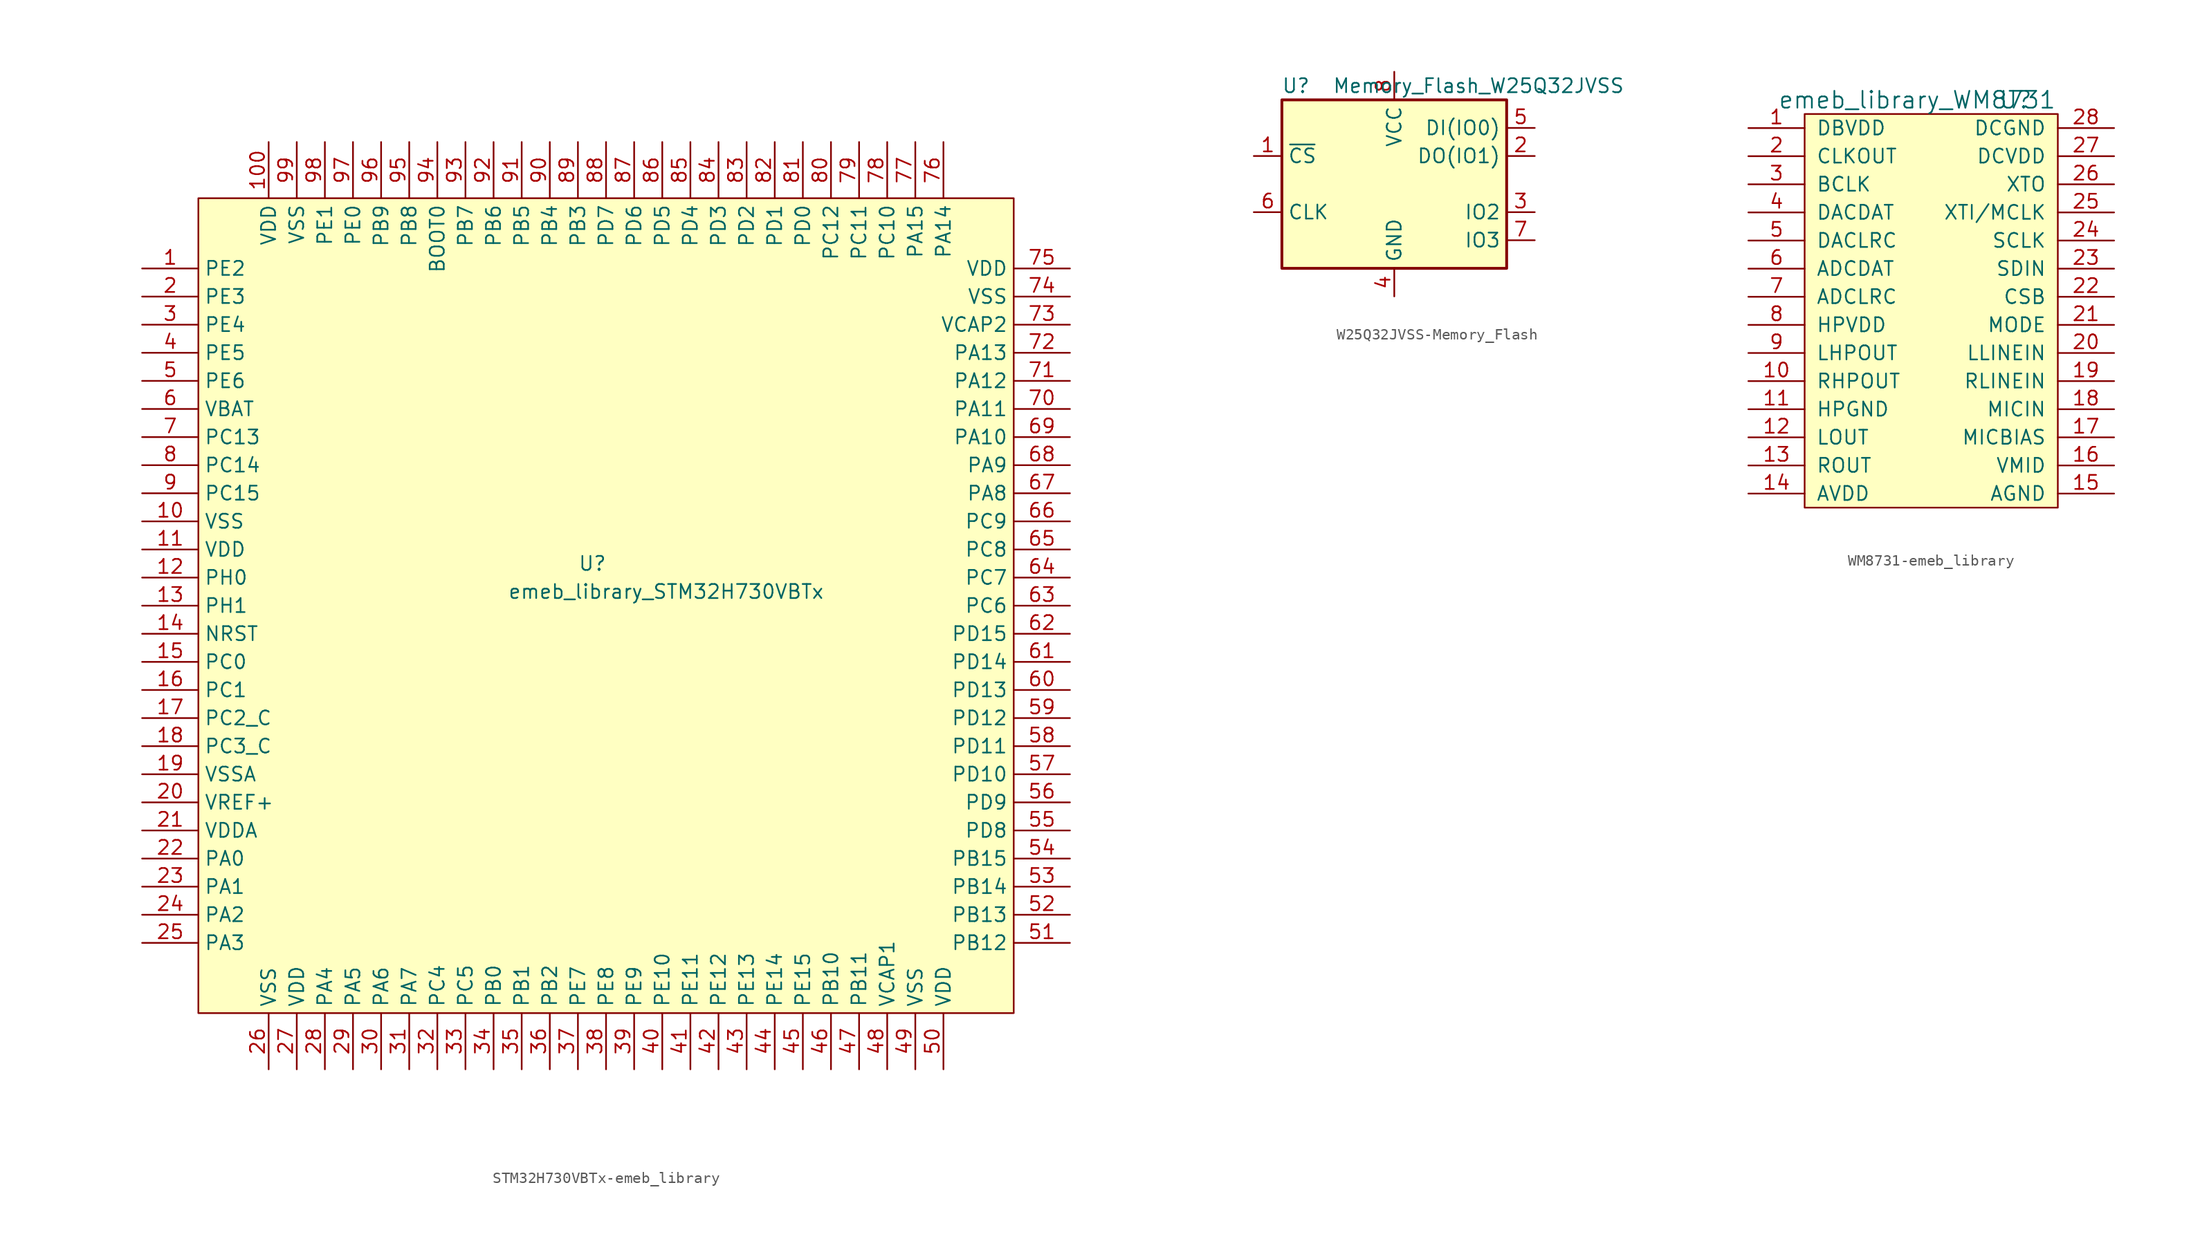
<source format=kicad_sym>
(kicad_symbol_lib
  (version 20231120)
  (generator "kicad_symbol_editor")
  (generator_version "8.0")
  (symbol "STM32H730VBTx-emeb_library"
    (property "Reference" "U"
      (at -2.54 3.81 0)
      (effects (font (size 1.27 1.27)) (justify left)))
    (property "Value" "emeb_library_STM32H730VBTx"
      (at -8.89 1.27 0)
      (effects (font (size 1.27 1.27)) (justify left)))
    (symbol "STM32H730VBTx-emeb_library_0_1"
      (rectangle (start -36.83 36.83) (end 36.83 -36.83) (stroke (width 0) (type solid)) (fill (type background))))
    (symbol "STM32H730VBTx-emeb_library_1_1"
      (pin bidirectional line (at -41.91 30.48 0) (length 5.08) (name "PE2" (effects (font (size 1.27 1.27)))) (number "1" (effects (font (size 1.27 1.27)))))
      (pin power_in line (at -41.91 7.62 0) (length 5.08) (name "VSS" (effects (font (size 1.27 1.27)))) (number "10" (effects (font (size 1.27 1.27)))))
      (pin power_in line (at -30.48 41.91 270) (length 5.08) (name "VDD" (effects (font (size 1.27 1.27)))) (number "100" (effects (font (size 1.27 1.27)))))
      (pin power_in line (at -41.91 5.08 0) (length 5.08) (name "VDD" (effects (font (size 1.27 1.27)))) (number "11" (effects (font (size 1.27 1.27)))))
      (pin input line (at -41.91 2.54 0) (length 5.08) (name "PH0" (effects (font (size 1.27 1.27)))) (number "12" (effects (font (size 1.27 1.27)))))
      (pin input line (at -41.91 0 0) (length 5.08) (name "PH1" (effects (font (size 1.27 1.27)))) (number "13" (effects (font (size 1.27 1.27)))))
      (pin input line (at -41.91 -2.54 0) (length 5.08) (name "NRST" (effects (font (size 1.27 1.27)))) (number "14" (effects (font (size 1.27 1.27)))))
      (pin bidirectional line (at -41.91 -5.08 0) (length 5.08) (name "PC0" (effects (font (size 1.27 1.27)))) (number "15" (effects (font (size 1.27 1.27)))))
      (pin bidirectional line (at -41.91 -7.62 0) (length 5.08) (name "PC1" (effects (font (size 1.27 1.27)))) (number "16" (effects (font (size 1.27 1.27)))))
      (pin bidirectional line (at -41.91 -10.16 0) (length 5.08) (name "PC2_C" (effects (font (size 1.27 1.27)))) (number "17" (effects (font (size 1.27 1.27)))))
      (pin bidirectional line (at -41.91 -12.7 0) (length 5.08) (name "PC3_C" (effects (font (size 1.27 1.27)))) (number "18" (effects (font (size 1.27 1.27)))))
      (pin power_in line (at -41.91 -15.24 0) (length 5.08) (name "VSSA" (effects (font (size 1.27 1.27)))) (number "19" (effects (font (size 1.27 1.27)))))
      (pin bidirectional line (at -41.91 27.94 0) (length 5.08) (name "PE3" (effects (font (size 1.27 1.27)))) (number "2" (effects (font (size 1.27 1.27)))))
      (pin input line (at -41.91 -17.78 0) (length 5.08) (name "VREF+" (effects (font (size 1.27 1.27)))) (number "20" (effects (font (size 1.27 1.27)))))
      (pin power_in line (at -41.91 -20.32 0) (length 5.08) (name "VDDA" (effects (font (size 1.27 1.27)))) (number "21" (effects (font (size 1.27 1.27)))))
      (pin bidirectional line (at -41.91 -22.86 0) (length 5.08) (name "PA0" (effects (font (size 1.27 1.27)))) (number "22" (effects (font (size 1.27 1.27)))))
      (pin bidirectional line (at -41.91 -25.4 0) (length 5.08) (name "PA1" (effects (font (size 1.27 1.27)))) (number "23" (effects (font (size 1.27 1.27)))))
      (pin bidirectional line (at -41.91 -27.94 0) (length 5.08) (name "PA2" (effects (font (size 1.27 1.27)))) (number "24" (effects (font (size 1.27 1.27)))))
      (pin bidirectional line (at -41.91 -30.48 0) (length 5.08) (name "PA3" (effects (font (size 1.27 1.27)))) (number "25" (effects (font (size 1.27 1.27)))))
      (pin power_in line (at -30.48 -41.91 90) (length 5.08) (name "VSS" (effects (font (size 1.27 1.27)))) (number "26" (effects (font (size 1.27 1.27)))))
      (pin power_in line (at -27.94 -41.91 90) (length 5.08) (name "VDD" (effects (font (size 1.27 1.27)))) (number "27" (effects (font (size 1.27 1.27)))))
      (pin bidirectional line (at -25.4 -41.91 90) (length 5.08) (name "PA4" (effects (font (size 1.27 1.27)))) (number "28" (effects (font (size 1.27 1.27)))))
      (pin bidirectional line (at -22.86 -41.91 90) (length 5.08) (name "PA5" (effects (font (size 1.27 1.27)))) (number "29" (effects (font (size 1.27 1.27)))))
      (pin bidirectional line (at -41.91 25.4 0) (length 5.08) (name "PE4" (effects (font (size 1.27 1.27)))) (number "3" (effects (font (size 1.27 1.27)))))
      (pin bidirectional line (at -20.32 -41.91 90) (length 5.08) (name "PA6" (effects (font (size 1.27 1.27)))) (number "30" (effects (font (size 1.27 1.27)))))
      (pin bidirectional line (at -17.78 -41.91 90) (length 5.08) (name "PA7" (effects (font (size 1.27 1.27)))) (number "31" (effects (font (size 1.27 1.27)))))
      (pin bidirectional line (at -15.24 -41.91 90) (length 5.08) (name "PC4" (effects (font (size 1.27 1.27)))) (number "32" (effects (font (size 1.27 1.27)))))
      (pin bidirectional line (at -12.7 -41.91 90) (length 5.08) (name "PC5" (effects (font (size 1.27 1.27)))) (number "33" (effects (font (size 1.27 1.27)))))
      (pin bidirectional line (at -10.16 -41.91 90) (length 5.08) (name "PB0" (effects (font (size 1.27 1.27)))) (number "34" (effects (font (size 1.27 1.27)))))
      (pin bidirectional line (at -7.62 -41.91 90) (length 5.08) (name "PB1" (effects (font (size 1.27 1.27)))) (number "35" (effects (font (size 1.27 1.27)))))
      (pin bidirectional line (at -5.08 -41.91 90) (length 5.08) (name "PB2" (effects (font (size 1.27 1.27)))) (number "36" (effects (font (size 1.27 1.27)))))
      (pin bidirectional line (at -2.54 -41.91 90) (length 5.08) (name "PE7" (effects (font (size 1.27 1.27)))) (number "37" (effects (font (size 1.27 1.27)))))
      (pin bidirectional line (at 0 -41.91 90) (length 5.08) (name "PE8" (effects (font (size 1.27 1.27)))) (number "38" (effects (font (size 1.27 1.27)))))
      (pin bidirectional line (at 2.54 -41.91 90) (length 5.08) (name "PE9" (effects (font (size 1.27 1.27)))) (number "39" (effects (font (size 1.27 1.27)))))
      (pin bidirectional line (at -41.91 22.86 0) (length 5.08) (name "PE5" (effects (font (size 1.27 1.27)))) (number "4" (effects (font (size 1.27 1.27)))))
      (pin bidirectional line (at 5.08 -41.91 90) (length 5.08) (name "PE10" (effects (font (size 1.27 1.27)))) (number "40" (effects (font (size 1.27 1.27)))))
      (pin bidirectional line (at 7.62 -41.91 90) (length 5.08) (name "PE11" (effects (font (size 1.27 1.27)))) (number "41" (effects (font (size 1.27 1.27)))))
      (pin bidirectional line (at 10.16 -41.91 90) (length 5.08) (name "PE12" (effects (font (size 1.27 1.27)))) (number "42" (effects (font (size 1.27 1.27)))))
      (pin bidirectional line (at 12.7 -41.91 90) (length 5.08) (name "PE13" (effects (font (size 1.27 1.27)))) (number "43" (effects (font (size 1.27 1.27)))))
      (pin bidirectional line (at 15.24 -41.91 90) (length 5.08) (name "PE14" (effects (font (size 1.27 1.27)))) (number "44" (effects (font (size 1.27 1.27)))))
      (pin bidirectional line (at 17.78 -41.91 90) (length 5.08) (name "PE15" (effects (font (size 1.27 1.27)))) (number "45" (effects (font (size 1.27 1.27)))))
      (pin bidirectional line (at 20.32 -41.91 90) (length 5.08) (name "PB10" (effects (font (size 1.27 1.27)))) (number "46" (effects (font (size 1.27 1.27)))))
      (pin bidirectional line (at 22.86 -41.91 90) (length 5.08) (name "PB11" (effects (font (size 1.27 1.27)))) (number "47" (effects (font (size 1.27 1.27)))))
      (pin passive line (at 25.4 -41.91 90) (length 5.08) (name "VCAP1" (effects (font (size 1.27 1.27)))) (number "48" (effects (font (size 1.27 1.27)))))
      (pin power_in line (at 27.94 -41.91 90) (length 5.08) (name "VSS" (effects (font (size 1.27 1.27)))) (number "49" (effects (font (size 1.27 1.27)))))
      (pin bidirectional line (at -41.91 20.32 0) (length 5.08) (name "PE6" (effects (font (size 1.27 1.27)))) (number "5" (effects (font (size 1.27 1.27)))))
      (pin power_in line (at 30.48 -41.91 90) (length 5.08) (name "VDD" (effects (font (size 1.27 1.27)))) (number "50" (effects (font (size 1.27 1.27)))))
      (pin bidirectional line (at 41.91 -30.48 180) (length 5.08) (name "PB12" (effects (font (size 1.27 1.27)))) (number "51" (effects (font (size 1.27 1.27)))))
      (pin bidirectional line (at 41.91 -27.94 180) (length 5.08) (name "PB13" (effects (font (size 1.27 1.27)))) (number "52" (effects (font (size 1.27 1.27)))))
      (pin bidirectional line (at 41.91 -25.4 180) (length 5.08) (name "PB14" (effects (font (size 1.27 1.27)))) (number "53" (effects (font (size 1.27 1.27)))))
      (pin bidirectional line (at 41.91 -22.86 180) (length 5.08) (name "PB15" (effects (font (size 1.27 1.27)))) (number "54" (effects (font (size 1.27 1.27)))))
      (pin bidirectional line (at 41.91 -20.32 180) (length 5.08) (name "PD8" (effects (font (size 1.27 1.27)))) (number "55" (effects (font (size 1.27 1.27)))))
      (pin bidirectional line (at 41.91 -17.78 180) (length 5.08) (name "PD9" (effects (font (size 1.27 1.27)))) (number "56" (effects (font (size 1.27 1.27)))))
      (pin bidirectional line (at 41.91 -15.24 180) (length 5.08) (name "PD10" (effects (font (size 1.27 1.27)))) (number "57" (effects (font (size 1.27 1.27)))))
      (pin bidirectional line (at 41.91 -12.7 180) (length 5.08) (name "PD11" (effects (font (size 1.27 1.27)))) (number "58" (effects (font (size 1.27 1.27)))))
      (pin bidirectional line (at 41.91 -10.16 180) (length 5.08) (name "PD12" (effects (font (size 1.27 1.27)))) (number "59" (effects (font (size 1.27 1.27)))))
      (pin power_in line (at -41.91 17.78 0) (length 5.08) (name "VBAT" (effects (font (size 1.27 1.27)))) (number "6" (effects (font (size 1.27 1.27)))))
      (pin bidirectional line (at 41.91 -7.62 180) (length 5.08) (name "PD13" (effects (font (size 1.27 1.27)))) (number "60" (effects (font (size 1.27 1.27)))))
      (pin bidirectional line (at 41.91 -5.08 180) (length 5.08) (name "PD14" (effects (font (size 1.27 1.27)))) (number "61" (effects (font (size 1.27 1.27)))))
      (pin bidirectional line (at 41.91 -2.54 180) (length 5.08) (name "PD15" (effects (font (size 1.27 1.27)))) (number "62" (effects (font (size 1.27 1.27)))))
      (pin bidirectional line (at 41.91 0 180) (length 5.08) (name "PC6" (effects (font (size 1.27 1.27)))) (number "63" (effects (font (size 1.27 1.27)))))
      (pin bidirectional line (at 41.91 2.54 180) (length 5.08) (name "PC7" (effects (font (size 1.27 1.27)))) (number "64" (effects (font (size 1.27 1.27)))))
      (pin bidirectional line (at 41.91 5.08 180) (length 5.08) (name "PC8" (effects (font (size 1.27 1.27)))) (number "65" (effects (font (size 1.27 1.27)))))
      (pin bidirectional line (at 41.91 7.62 180) (length 5.08) (name "PC9" (effects (font (size 1.27 1.27)))) (number "66" (effects (font (size 1.27 1.27)))))
      (pin bidirectional line (at 41.91 10.16 180) (length 5.08) (name "PA8" (effects (font (size 1.27 1.27)))) (number "67" (effects (font (size 1.27 1.27)))))
      (pin bidirectional line (at 41.91 12.7 180) (length 5.08) (name "PA9" (effects (font (size 1.27 1.27)))) (number "68" (effects (font (size 1.27 1.27)))))
      (pin bidirectional line (at 41.91 15.24 180) (length 5.08) (name "PA10" (effects (font (size 1.27 1.27)))) (number "69" (effects (font (size 1.27 1.27)))))
      (pin bidirectional line (at -41.91 15.24 0) (length 5.08) (name "PC13" (effects (font (size 1.27 1.27)))) (number "7" (effects (font (size 1.27 1.27)))))
      (pin bidirectional line (at 41.91 17.78 180) (length 5.08) (name "PA11" (effects (font (size 1.27 1.27)))) (number "70" (effects (font (size 1.27 1.27)))))
      (pin bidirectional line (at 41.91 20.32 180) (length 5.08) (name "PA12" (effects (font (size 1.27 1.27)))) (number "71" (effects (font (size 1.27 1.27)))))
      (pin bidirectional line (at 41.91 22.86 180) (length 5.08) (name "PA13" (effects (font (size 1.27 1.27)))) (number "72" (effects (font (size 1.27 1.27)))))
      (pin passive line (at 41.91 25.4 180) (length 5.08) (name "VCAP2" (effects (font (size 1.27 1.27)))) (number "73" (effects (font (size 1.27 1.27)))))
      (pin power_in line (at 41.91 27.94 180) (length 5.08) (name "VSS" (effects (font (size 1.27 1.27)))) (number "74" (effects (font (size 1.27 1.27)))))
      (pin power_in line (at 41.91 30.48 180) (length 5.08) (name "VDD" (effects (font (size 1.27 1.27)))) (number "75" (effects (font (size 1.27 1.27)))))
      (pin bidirectional line (at 30.48 41.91 270) (length 5.08) (name "PA14" (effects (font (size 1.27 1.27)))) (number "76" (effects (font (size 1.27 1.27)))))
      (pin bidirectional line (at 27.94 41.91 270) (length 5.08) (name "PA15" (effects (font (size 1.27 1.27)))) (number "77" (effects (font (size 1.27 1.27)))))
      (pin bidirectional line (at 25.4 41.91 270) (length 5.08) (name "PC10" (effects (font (size 1.27 1.27)))) (number "78" (effects (font (size 1.27 1.27)))))
      (pin bidirectional line (at 22.86 41.91 270) (length 5.08) (name "PC11" (effects (font (size 1.27 1.27)))) (number "79" (effects (font (size 1.27 1.27)))))
      (pin bidirectional line (at -41.91 12.7 0) (length 5.08) (name "PC14" (effects (font (size 1.27 1.27)))) (number "8" (effects (font (size 1.27 1.27)))))
      (pin bidirectional line (at 20.32 41.91 270) (length 5.08) (name "PC12" (effects (font (size 1.27 1.27)))) (number "80" (effects (font (size 1.27 1.27)))))
      (pin bidirectional line (at 17.78 41.91 270) (length 5.08) (name "PD0" (effects (font (size 1.27 1.27)))) (number "81" (effects (font (size 1.27 1.27)))))
      (pin bidirectional line (at 15.24 41.91 270) (length 5.08) (name "PD1" (effects (font (size 1.27 1.27)))) (number "82" (effects (font (size 1.27 1.27)))))
      (pin bidirectional line (at 12.7 41.91 270) (length 5.08) (name "PD2" (effects (font (size 1.27 1.27)))) (number "83" (effects (font (size 1.27 1.27)))))
      (pin bidirectional line (at 10.16 41.91 270) (length 5.08) (name "PD3" (effects (font (size 1.27 1.27)))) (number "84" (effects (font (size 1.27 1.27)))))
      (pin bidirectional line (at 7.62 41.91 270) (length 5.08) (name "PD4" (effects (font (size 1.27 1.27)))) (number "85" (effects (font (size 1.27 1.27)))))
      (pin bidirectional line (at 5.08 41.91 270) (length 5.08) (name "PD5" (effects (font (size 1.27 1.27)))) (number "86" (effects (font (size 1.27 1.27)))))
      (pin bidirectional line (at 2.54 41.91 270) (length 5.08) (name "PD6" (effects (font (size 1.27 1.27)))) (number "87" (effects (font (size 1.27 1.27)))))
      (pin bidirectional line (at 0 41.91 270) (length 5.08) (name "PD7" (effects (font (size 1.27 1.27)))) (number "88" (effects (font (size 1.27 1.27)))))
      (pin bidirectional line (at -2.54 41.91 270) (length 5.08) (name "PB3" (effects (font (size 1.27 1.27)))) (number "89" (effects (font (size 1.27 1.27)))))
      (pin bidirectional line (at -41.91 10.16 0) (length 5.08) (name "PC15" (effects (font (size 1.27 1.27)))) (number "9" (effects (font (size 1.27 1.27)))))
      (pin bidirectional line (at -5.08 41.91 270) (length 5.08) (name "PB4" (effects (font (size 1.27 1.27)))) (number "90" (effects (font (size 1.27 1.27)))))
      (pin bidirectional line (at -7.62 41.91 270) (length 5.08) (name "PB5" (effects (font (size 1.27 1.27)))) (number "91" (effects (font (size 1.27 1.27)))))
      (pin bidirectional line (at -10.16 41.91 270) (length 5.08) (name "PB6" (effects (font (size 1.27 1.27)))) (number "92" (effects (font (size 1.27 1.27)))))
      (pin bidirectional line (at -12.7 41.91 270) (length 5.08) (name "PB7" (effects (font (size 1.27 1.27)))) (number "93" (effects (font (size 1.27 1.27)))))
      (pin input line (at -15.24 41.91 270) (length 5.08) (name "BOOT0" (effects (font (size 1.27 1.27)))) (number "94" (effects (font (size 1.27 1.27)))))
      (pin bidirectional line (at -17.78 41.91 270) (length 5.08) (name "PB8" (effects (font (size 1.27 1.27)))) (number "95" (effects (font (size 1.27 1.27)))))
      (pin bidirectional line (at -20.32 41.91 270) (length 5.08) (name "PB9" (effects (font (size 1.27 1.27)))) (number "96" (effects (font (size 1.27 1.27)))))
      (pin bidirectional line (at -22.86 41.91 270) (length 5.08) (name "PE0" (effects (font (size 1.27 1.27)))) (number "97" (effects (font (size 1.27 1.27)))))
      (pin bidirectional line (at -25.4 41.91 270) (length 5.08) (name "PE1" (effects (font (size 1.27 1.27)))) (number "98" (effects (font (size 1.27 1.27)))))
      (pin power_in line (at -27.94 41.91 270) (length 5.08) (name "VSS" (effects (font (size 1.27 1.27)))) (number "99" (effects (font (size 1.27 1.27)))))))
  (symbol "W25Q32JVSS-Memory_Flash"
    (property "Reference" "U"
      (at -8.89 8.89 0)
      (effects (font (size 1.27 1.27))))
    (property "Value" "Memory_Flash_W25Q32JVSS"
      (at 7.62 8.89 0)
      (effects (font (size 1.27 1.27))))
    (symbol "W25Q32JVSS-Memory_Flash_0_1"
      (rectangle (start -10.16 7.62) (end 10.16 -7.62) (stroke (width 0.254) (type solid)) (fill (type background))))
    (symbol "W25Q32JVSS-Memory_Flash_1_1"
      (pin input line (at -12.7 2.54 0) (length 2.54) (name "~{CS}" (effects (font (size 1.27 1.27)))) (number "1" (effects (font (size 1.27 1.27)))))
      (pin bidirectional line (at 12.7 2.54 180) (length 2.54) (name "DO(IO1)" (effects (font (size 1.27 1.27)))) (number "2" (effects (font (size 1.27 1.27)))))
      (pin bidirectional line (at 12.7 -2.54 180) (length 2.54) (name "IO2" (effects (font (size 1.27 1.27)))) (number "3" (effects (font (size 1.27 1.27)))))
      (pin power_in line (at 0 -10.16 90) (length 2.54) (name "GND" (effects (font (size 1.27 1.27)))) (number "4" (effects (font (size 1.27 1.27)))))
      (pin bidirectional line (at 12.7 5.08 180) (length 2.54) (name "DI(IO0)" (effects (font (size 1.27 1.27)))) (number "5" (effects (font (size 1.27 1.27)))))
      (pin input line (at -12.7 -2.54 0) (length 2.54) (name "CLK" (effects (font (size 1.27 1.27)))) (number "6" (effects (font (size 1.27 1.27)))))
      (pin bidirectional line (at 12.7 -5.08 180) (length 2.54) (name "IO3" (effects (font (size 1.27 1.27)))) (number "7" (effects (font (size 1.27 1.27)))))
      (pin power_in line (at 0 10.16 270) (length 2.54) (name "VCC" (effects (font (size 1.27 1.27)))) (number "8" (effects (font (size 1.27 1.27)))))))
  (symbol "WM8731-emeb_library"
    (pin_names
      (offset 1.016))
    (property "Reference" "U"
      (at 7.62 19.05 0)
      (effects (font (size 1.524 1.524))))
    (property "Value" "emeb_library_WM8731"
      (at -1.27 19.05 0)
      (effects (font (size 1.524 1.524))))
    (property "Footprint" ""
      (at 0 0 0)
      (effects (font (size 1.524 1.524))))
    (property "Datasheet" ""
      (at 0 0 0)
      (effects (font (size 1.524 1.524))))
    (symbol "WM8731-emeb_library_0_1"
      (rectangle (start -11.43 17.78) (end 11.43 -17.78) (stroke (width 0) (type solid)) (fill (type background))))
    (symbol "WM8731-emeb_library_1_1"
      (pin input line (at -16.51 16.51 0) (length 5.08) (name "DBVDD" (effects (font (size 1.27 1.27)))) (number "1" (effects (font (size 1.27 1.27)))))
      (pin input line (at -16.51 -6.35 0) (length 5.08) (name "RHPOUT" (effects (font (size 1.27 1.27)))) (number "10" (effects (font (size 1.27 1.27)))))
      (pin input line (at -16.51 -8.89 0) (length 5.08) (name "HPGND" (effects (font (size 1.27 1.27)))) (number "11" (effects (font (size 1.27 1.27)))))
      (pin input line (at -16.51 -11.43 0) (length 5.08) (name "LOUT" (effects (font (size 1.27 1.27)))) (number "12" (effects (font (size 1.27 1.27)))))
      (pin input line (at -16.51 -13.97 0) (length 5.08) (name "ROUT" (effects (font (size 1.27 1.27)))) (number "13" (effects (font (size 1.27 1.27)))))
      (pin input line (at -16.51 -16.51 0) (length 5.08) (name "AVDD" (effects (font (size 1.27 1.27)))) (number "14" (effects (font (size 1.27 1.27)))))
      (pin input line (at 16.51 -16.51 180) (length 5.08) (name "AGND" (effects (font (size 1.27 1.27)))) (number "15" (effects (font (size 1.27 1.27)))))
      (pin input line (at 16.51 -13.97 180) (length 5.08) (name "VMID" (effects (font (size 1.27 1.27)))) (number "16" (effects (font (size 1.27 1.27)))))
      (pin input line (at 16.51 -11.43 180) (length 5.08) (name "MICBIAS" (effects (font (size 1.27 1.27)))) (number "17" (effects (font (size 1.27 1.27)))))
      (pin input line (at 16.51 -8.89 180) (length 5.08) (name "MICIN" (effects (font (size 1.27 1.27)))) (number "18" (effects (font (size 1.27 1.27)))))
      (pin input line (at 16.51 -6.35 180) (length 5.08) (name "RLINEIN" (effects (font (size 1.27 1.27)))) (number "19" (effects (font (size 1.27 1.27)))))
      (pin input line (at -16.51 13.97 0) (length 5.08) (name "CLKOUT" (effects (font (size 1.27 1.27)))) (number "2" (effects (font (size 1.27 1.27)))))
      (pin input line (at 16.51 -3.81 180) (length 5.08) (name "LLINEIN" (effects (font (size 1.27 1.27)))) (number "20" (effects (font (size 1.27 1.27)))))
      (pin input line (at 16.51 -1.27 180) (length 5.08) (name "MODE" (effects (font (size 1.27 1.27)))) (number "21" (effects (font (size 1.27 1.27)))))
      (pin input line (at 16.51 1.27 180) (length 5.08) (name "CSB" (effects (font (size 1.27 1.27)))) (number "22" (effects (font (size 1.27 1.27)))))
      (pin input line (at 16.51 3.81 180) (length 5.08) (name "SDIN" (effects (font (size 1.27 1.27)))) (number "23" (effects (font (size 1.27 1.27)))))
      (pin input line (at 16.51 6.35 180) (length 5.08) (name "SCLK" (effects (font (size 1.27 1.27)))) (number "24" (effects (font (size 1.27 1.27)))))
      (pin input line (at 16.51 8.89 180) (length 5.08) (name "XTI/MCLK" (effects (font (size 1.27 1.27)))) (number "25" (effects (font (size 1.27 1.27)))))
      (pin input line (at 16.51 11.43 180) (length 5.08) (name "XTO" (effects (font (size 1.27 1.27)))) (number "26" (effects (font (size 1.27 1.27)))))
      (pin input line (at 16.51 13.97 180) (length 5.08) (name "DCVDD" (effects (font (size 1.27 1.27)))) (number "27" (effects (font (size 1.27 1.27)))))
      (pin input line (at 16.51 16.51 180) (length 5.08) (name "DCGND" (effects (font (size 1.27 1.27)))) (number "28" (effects (font (size 1.27 1.27)))))
      (pin input line (at -16.51 11.43 0) (length 5.08) (name "BCLK" (effects (font (size 1.27 1.27)))) (number "3" (effects (font (size 1.27 1.27)))))
      (pin input line (at -16.51 8.89 0) (length 5.08) (name "DACDAT" (effects (font (size 1.27 1.27)))) (number "4" (effects (font (size 1.27 1.27)))))
      (pin input line (at -16.51 6.35 0) (length 5.08) (name "DACLRC" (effects (font (size 1.27 1.27)))) (number "5" (effects (font (size 1.27 1.27)))))
      (pin input line (at -16.51 3.81 0) (length 5.08) (name "ADCDAT" (effects (font (size 1.27 1.27)))) (number "6" (effects (font (size 1.27 1.27)))))
      (pin input line (at -16.51 1.27 0) (length 5.08) (name "ADCLRC" (effects (font (size 1.27 1.27)))) (number "7" (effects (font (size 1.27 1.27)))))
      (pin input line (at -16.51 -1.27 0) (length 5.08) (name "HPVDD" (effects (font (size 1.27 1.27)))) (number "8" (effects (font (size 1.27 1.27)))))
      (pin input line (at -16.51 -3.81 0) (length 5.08) (name "LHPOUT" (effects (font (size 1.27 1.27)))) (number "9" (effects (font (size 1.27 1.27))))))))
</source>
